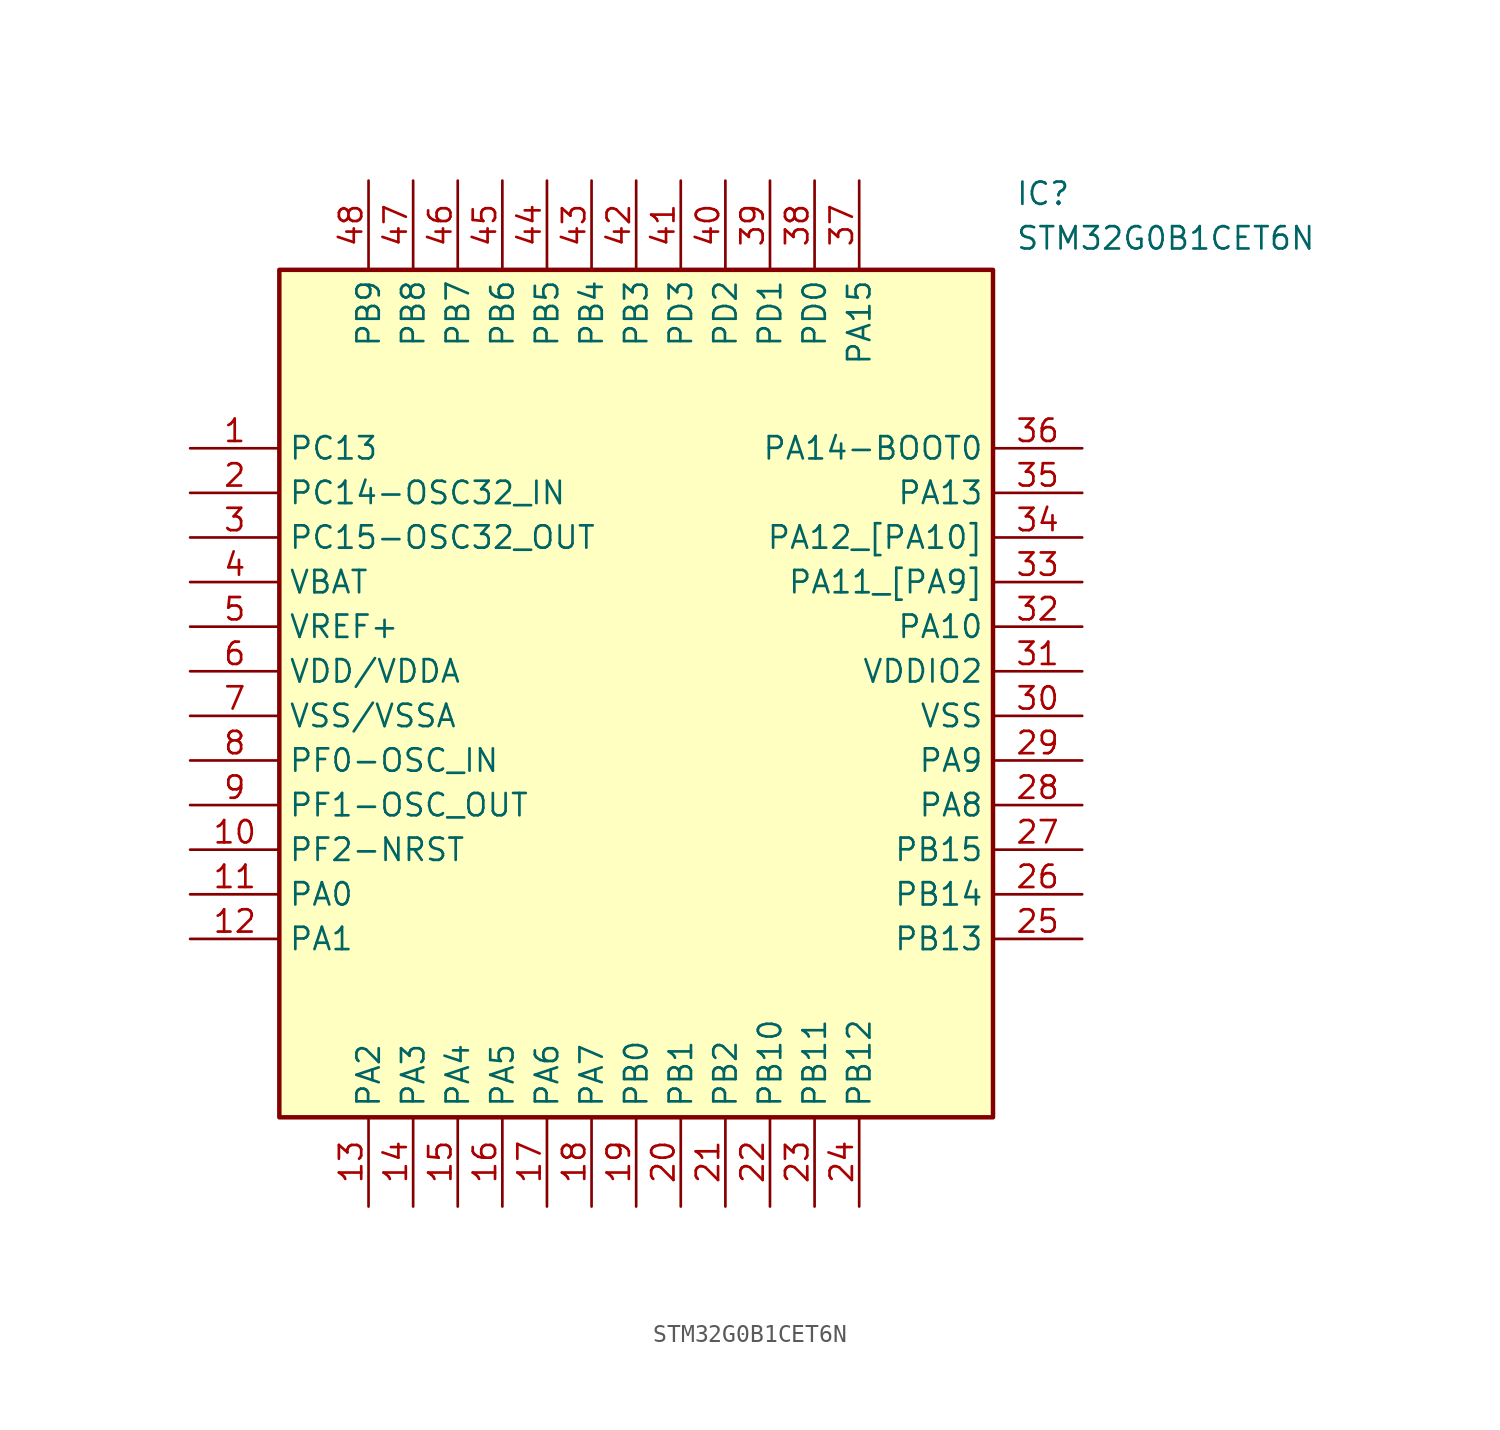
<source format=kicad_sym>
(kicad_symbol_lib
  (version 20211014)
  (generator SamacSys_ECAD_Model)
  (symbol "STM32G0B1CET6N"
    (property "Reference" "IC"
      (at 46.99 15.24 0)
      (effects (font (size 1.27 1.27)) (justify left top)))
    (property "Value" "STM32G0B1CET6N"
      (at 46.99 12.7 0)
      (effects (font (size 1.27 1.27)) (justify left top)))
    (rectangle
      (start 5.08 10.16)
      (end 45.72 -38.1)
      (stroke (width 0.254) (type default))
      (fill (type background)))
    (pin passive line
      (at 0 0 0)
      (length 5.08)
      (name "PC13" (effects (font (size 1.27 1.27))))
      (number "1" (effects (font (size 1.27 1.27)))))
    (pin passive line
      (at 0 -2.54 0)
      (length 5.08)
      (name "PC14-OSC32_IN" (effects (font (size 1.27 1.27))))
      (number "2" (effects (font (size 1.27 1.27)))))
    (pin passive line
      (at 0 -5.08 0)
      (length 5.08)
      (name "PC15-OSC32_OUT" (effects (font (size 1.27 1.27))))
      (number "3" (effects (font (size 1.27 1.27)))))
    (pin passive line
      (at 0 -7.62 0)
      (length 5.08)
      (name "VBAT" (effects (font (size 1.27 1.27))))
      (number "4" (effects (font (size 1.27 1.27)))))
    (pin passive line
      (at 0 -10.16 0)
      (length 5.08)
      (name "VREF+" (effects (font (size 1.27 1.27))))
      (number "5" (effects (font (size 1.27 1.27)))))
    (pin passive line
      (at 0 -12.7 0)
      (length 5.08)
      (name "VDD/VDDA" (effects (font (size 1.27 1.27))))
      (number "6" (effects (font (size 1.27 1.27)))))
    (pin passive line
      (at 0 -15.24 0)
      (length 5.08)
      (name "VSS/VSSA" (effects (font (size 1.27 1.27))))
      (number "7" (effects (font (size 1.27 1.27)))))
    (pin passive line
      (at 0 -17.78 0)
      (length 5.08)
      (name "PF0-OSC_IN" (effects (font (size 1.27 1.27))))
      (number "8" (effects (font (size 1.27 1.27)))))
    (pin passive line
      (at 0 -20.32 0)
      (length 5.08)
      (name "PF1-OSC_OUT" (effects (font (size 1.27 1.27))))
      (number "9" (effects (font (size 1.27 1.27)))))
    (pin passive line
      (at 0 -22.86 0)
      (length 5.08)
      (name "PF2-NRST" (effects (font (size 1.27 1.27))))
      (number "10" (effects (font (size 1.27 1.27)))))
    (pin passive line
      (at 0 -25.4 0)
      (length 5.08)
      (name "PA0" (effects (font (size 1.27 1.27))))
      (number "11" (effects (font (size 1.27 1.27)))))
    (pin passive line
      (at 0 -27.94 0)
      (length 5.08)
      (name "PA1" (effects (font (size 1.27 1.27))))
      (number "12" (effects (font (size 1.27 1.27)))))
    (pin passive line
      (at 10.16 -43.18 90)
      (length 5.08)
      (name "PA2" (effects (font (size 1.27 1.27))))
      (number "13" (effects (font (size 1.27 1.27)))))
    (pin passive line
      (at 12.7 -43.18 90)
      (length 5.08)
      (name "PA3" (effects (font (size 1.27 1.27))))
      (number "14" (effects (font (size 1.27 1.27)))))
    (pin passive line
      (at 15.24 -43.18 90)
      (length 5.08)
      (name "PA4" (effects (font (size 1.27 1.27))))
      (number "15" (effects (font (size 1.27 1.27)))))
    (pin passive line
      (at 17.78 -43.18 90)
      (length 5.08)
      (name "PA5" (effects (font (size 1.27 1.27))))
      (number "16" (effects (font (size 1.27 1.27)))))
    (pin passive line
      (at 20.32 -43.18 90)
      (length 5.08)
      (name "PA6" (effects (font (size 1.27 1.27))))
      (number "17" (effects (font (size 1.27 1.27)))))
    (pin passive line
      (at 22.86 -43.18 90)
      (length 5.08)
      (name "PA7" (effects (font (size 1.27 1.27))))
      (number "18" (effects (font (size 1.27 1.27)))))
    (pin passive line
      (at 25.4 -43.18 90)
      (length 5.08)
      (name "PB0" (effects (font (size 1.27 1.27))))
      (number "19" (effects (font (size 1.27 1.27)))))
    (pin passive line
      (at 27.94 -43.18 90)
      (length 5.08)
      (name "PB1" (effects (font (size 1.27 1.27))))
      (number "20" (effects (font (size 1.27 1.27)))))
    (pin passive line
      (at 30.48 -43.18 90)
      (length 5.08)
      (name "PB2" (effects (font (size 1.27 1.27))))
      (number "21" (effects (font (size 1.27 1.27)))))
    (pin passive line
      (at 33.02 -43.18 90)
      (length 5.08)
      (name "PB10" (effects (font (size 1.27 1.27))))
      (number "22" (effects (font (size 1.27 1.27)))))
    (pin passive line
      (at 35.56 -43.18 90)
      (length 5.08)
      (name "PB11" (effects (font (size 1.27 1.27))))
      (number "23" (effects (font (size 1.27 1.27)))))
    (pin passive line
      (at 38.1 -43.18 90)
      (length 5.08)
      (name "PB12" (effects (font (size 1.27 1.27))))
      (number "24" (effects (font (size 1.27 1.27)))))
    (pin passive line
      (at 50.8 0 180)
      (length 5.08)
      (name "PA14-BOOT0" (effects (font (size 1.27 1.27))))
      (number "36" (effects (font (size 1.27 1.27)))))
    (pin passive line
      (at 50.8 -2.54 180)
      (length 5.08)
      (name "PA13" (effects (font (size 1.27 1.27))))
      (number "35" (effects (font (size 1.27 1.27)))))
    (pin passive line
      (at 50.8 -5.08 180)
      (length 5.08)
      (name "PA12_[PA10]" (effects (font (size 1.27 1.27))))
      (number "34" (effects (font (size 1.27 1.27)))))
    (pin passive line
      (at 50.8 -7.62 180)
      (length 5.08)
      (name "PA11_[PA9]" (effects (font (size 1.27 1.27))))
      (number "33" (effects (font (size 1.27 1.27)))))
    (pin passive line
      (at 50.8 -10.16 180)
      (length 5.08)
      (name "PA10" (effects (font (size 1.27 1.27))))
      (number "32" (effects (font (size 1.27 1.27)))))
    (pin passive line
      (at 50.8 -12.7 180)
      (length 5.08)
      (name "VDDIO2" (effects (font (size 1.27 1.27))))
      (number "31" (effects (font (size 1.27 1.27)))))
    (pin passive line
      (at 50.8 -15.24 180)
      (length 5.08)
      (name "VSS" (effects (font (size 1.27 1.27))))
      (number "30" (effects (font (size 1.27 1.27)))))
    (pin passive line
      (at 50.8 -17.78 180)
      (length 5.08)
      (name "PA9" (effects (font (size 1.27 1.27))))
      (number "29" (effects (font (size 1.27 1.27)))))
    (pin passive line
      (at 50.8 -20.32 180)
      (length 5.08)
      (name "PA8" (effects (font (size 1.27 1.27))))
      (number "28" (effects (font (size 1.27 1.27)))))
    (pin passive line
      (at 50.8 -22.86 180)
      (length 5.08)
      (name "PB15" (effects (font (size 1.27 1.27))))
      (number "27" (effects (font (size 1.27 1.27)))))
    (pin passive line
      (at 50.8 -25.4 180)
      (length 5.08)
      (name "PB14" (effects (font (size 1.27 1.27))))
      (number "26" (effects (font (size 1.27 1.27)))))
    (pin passive line
      (at 50.8 -27.94 180)
      (length 5.08)
      (name "PB13" (effects (font (size 1.27 1.27))))
      (number "25" (effects (font (size 1.27 1.27)))))
    (pin passive line
      (at 10.16 15.24 270)
      (length 5.08)
      (name "PB9" (effects (font (size 1.27 1.27))))
      (number "48" (effects (font (size 1.27 1.27)))))
    (pin passive line
      (at 12.7 15.24 270)
      (length 5.08)
      (name "PB8" (effects (font (size 1.27 1.27))))
      (number "47" (effects (font (size 1.27 1.27)))))
    (pin passive line
      (at 15.24 15.24 270)
      (length 5.08)
      (name "PB7" (effects (font (size 1.27 1.27))))
      (number "46" (effects (font (size 1.27 1.27)))))
    (pin passive line
      (at 17.78 15.24 270)
      (length 5.08)
      (name "PB6" (effects (font (size 1.27 1.27))))
      (number "45" (effects (font (size 1.27 1.27)))))
    (pin passive line
      (at 20.32 15.24 270)
      (length 5.08)
      (name "PB5" (effects (font (size 1.27 1.27))))
      (number "44" (effects (font (size 1.27 1.27)))))
    (pin passive line
      (at 22.86 15.24 270)
      (length 5.08)
      (name "PB4" (effects (font (size 1.27 1.27))))
      (number "43" (effects (font (size 1.27 1.27)))))
    (pin passive line
      (at 25.4 15.24 270)
      (length 5.08)
      (name "PB3" (effects (font (size 1.27 1.27))))
      (number "42" (effects (font (size 1.27 1.27)))))
    (pin passive line
      (at 27.94 15.24 270)
      (length 5.08)
      (name "PD3" (effects (font (size 1.27 1.27))))
      (number "41" (effects (font (size 1.27 1.27)))))
    (pin passive line
      (at 30.48 15.24 270)
      (length 5.08)
      (name "PD2" (effects (font (size 1.27 1.27))))
      (number "40" (effects (font (size 1.27 1.27)))))
    (pin passive line
      (at 33.02 15.24 270)
      (length 5.08)
      (name "PD1" (effects (font (size 1.27 1.27))))
      (number "39" (effects (font (size 1.27 1.27)))))
    (pin passive line
      (at 35.56 15.24 270)
      (length 5.08)
      (name "PD0" (effects (font (size 1.27 1.27))))
      (number "38" (effects (font (size 1.27 1.27)))))
    (pin passive line
      (at 38.1 15.24 270)
      (length 5.08)
      (name "PA15" (effects (font (size 1.27 1.27))))
      (number "37" (effects (font (size 1.27 1.27)))))))
</source>
